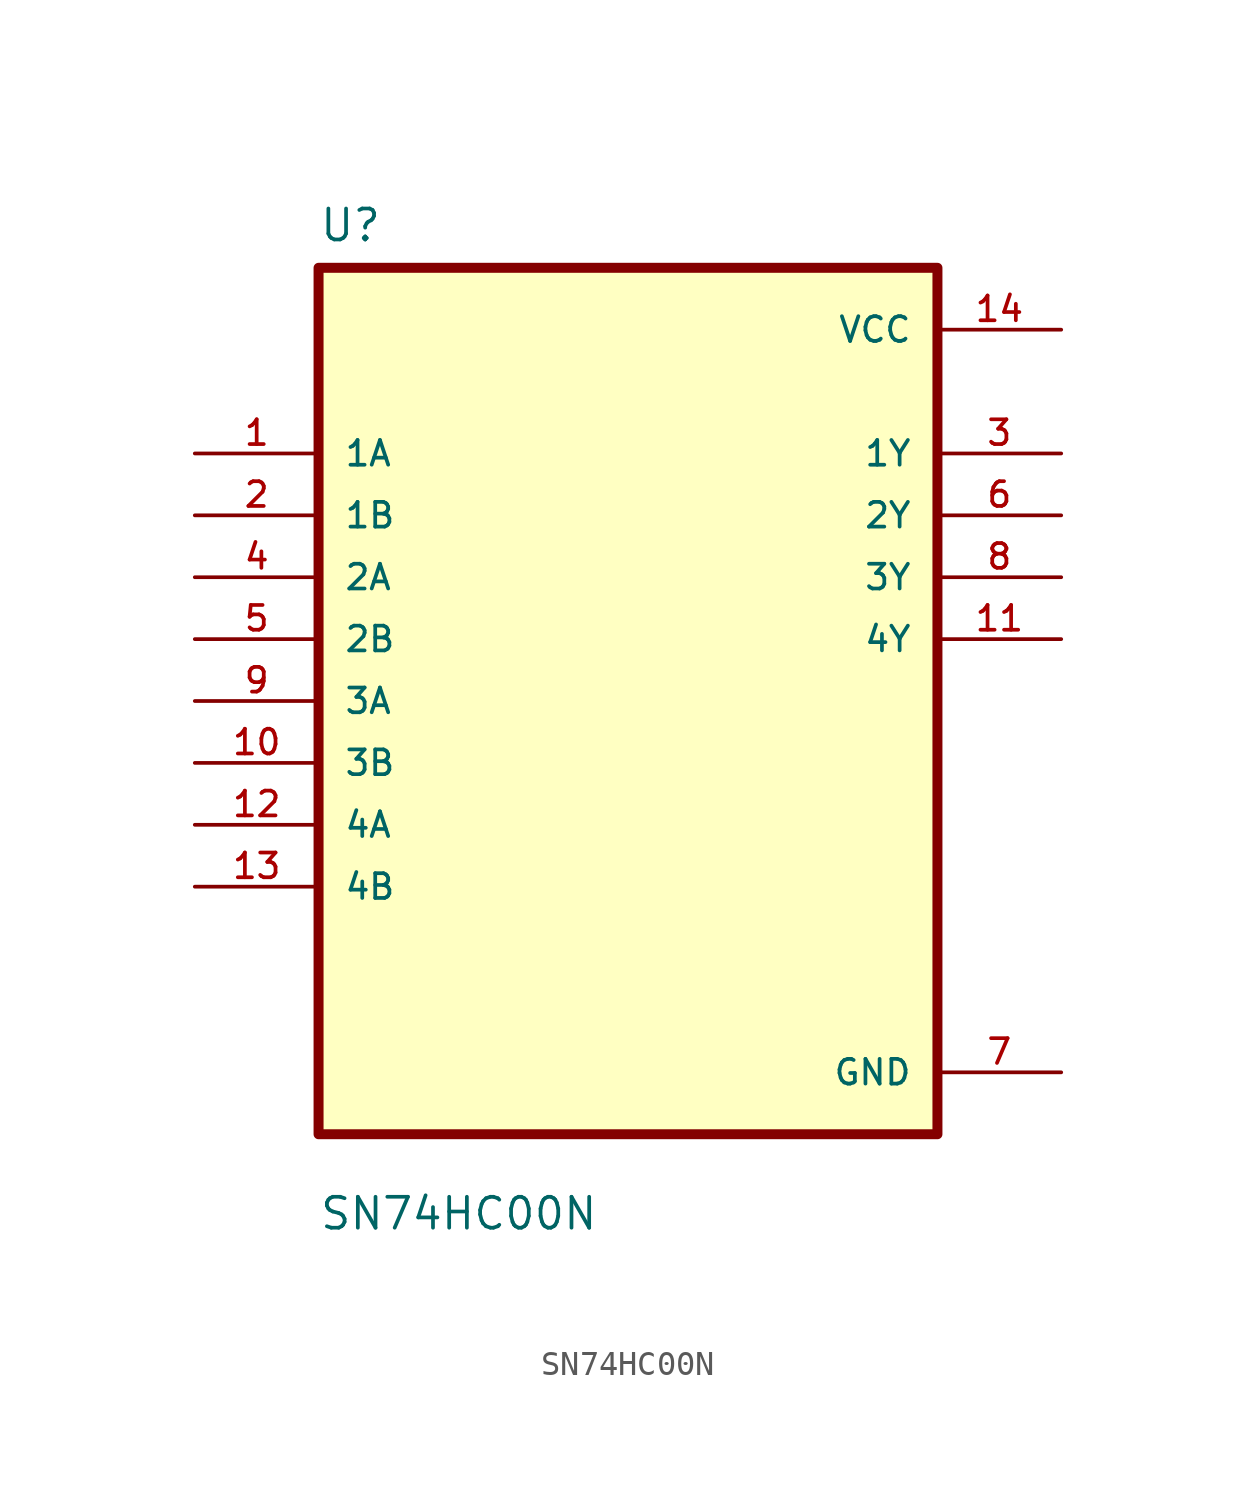
<source format=kicad_sym>
(kicad_symbol_lib
  (version 20211014)
  (generator kicad_symbol_editor)
  (symbol "SN74HC00N"
    (pin_names
      (offset 1.016))
    (property "Reference" "U"
      (at -12.7 18.78 0.0)
      (effects (font (size 1.27 1.27)) (justify bottom left)))
    (property "Value" "SN74HC00N"
      (at -12.7 -21.78 0.0)
      (effects (font (size 1.27 1.27)) (justify bottom left)))
    (symbol "SN74HC00N_0_0"
      (rectangle (start -12.7 -17.78) (end 12.7 17.78) (stroke (width 0.41)) (fill (type background)))
      (pin input line (at -17.78 10.16 0) (length 5.08) (name "1A" (effects (font (size 1.016 1.016)))) (number "1" (effects (font (size 1.016 1.016)))))
      (pin input line (at -17.78 7.62 0) (length 5.08) (name "1B" (effects (font (size 1.016 1.016)))) (number "2" (effects (font (size 1.016 1.016)))))
      (pin input line (at -17.78 5.08 0) (length 5.08) (name "2A" (effects (font (size 1.016 1.016)))) (number "4" (effects (font (size 1.016 1.016)))))
      (pin input line (at -17.78 2.54 0) (length 5.08) (name "2B" (effects (font (size 1.016 1.016)))) (number "5" (effects (font (size 1.016 1.016)))))
      (pin input line (at -17.78 0.0 0) (length 5.08) (name "3A" (effects (font (size 1.016 1.016)))) (number "9" (effects (font (size 1.016 1.016)))))
      (pin input line (at -17.78 -2.54 0) (length 5.08) (name "3B" (effects (font (size 1.016 1.016)))) (number "10" (effects (font (size 1.016 1.016)))))
      (pin input line (at -17.78 -5.08 0) (length 5.08) (name "4A" (effects (font (size 1.016 1.016)))) (number "12" (effects (font (size 1.016 1.016)))))
      (pin input line (at -17.78 -7.62 0) (length 5.08) (name "4B" (effects (font (size 1.016 1.016)))) (number "13" (effects (font (size 1.016 1.016)))))
      (pin power_in line (at 17.78 15.24 180.0) (length 5.08) (name "VCC" (effects (font (size 1.016 1.016)))) (number "14" (effects (font (size 1.016 1.016)))))
      (pin output line (at 17.78 10.16 180.0) (length 5.08) (name "1Y" (effects (font (size 1.016 1.016)))) (number "3" (effects (font (size 1.016 1.016)))))
      (pin output line (at 17.78 7.62 180.0) (length 5.08) (name "2Y" (effects (font (size 1.016 1.016)))) (number "6" (effects (font (size 1.016 1.016)))))
      (pin output line (at 17.78 5.08 180.0) (length 5.08) (name "3Y" (effects (font (size 1.016 1.016)))) (number "8" (effects (font (size 1.016 1.016)))))
      (pin output line (at 17.78 2.54 180.0) (length 5.08) (name "4Y" (effects (font (size 1.016 1.016)))) (number "11" (effects (font (size 1.016 1.016)))))
      (pin power_in line (at 17.78 -15.24 180.0) (length 5.08) (name "GND" (effects (font (size 1.016 1.016)))) (number "7" (effects (font (size 1.016 1.016))))))))
</source>
